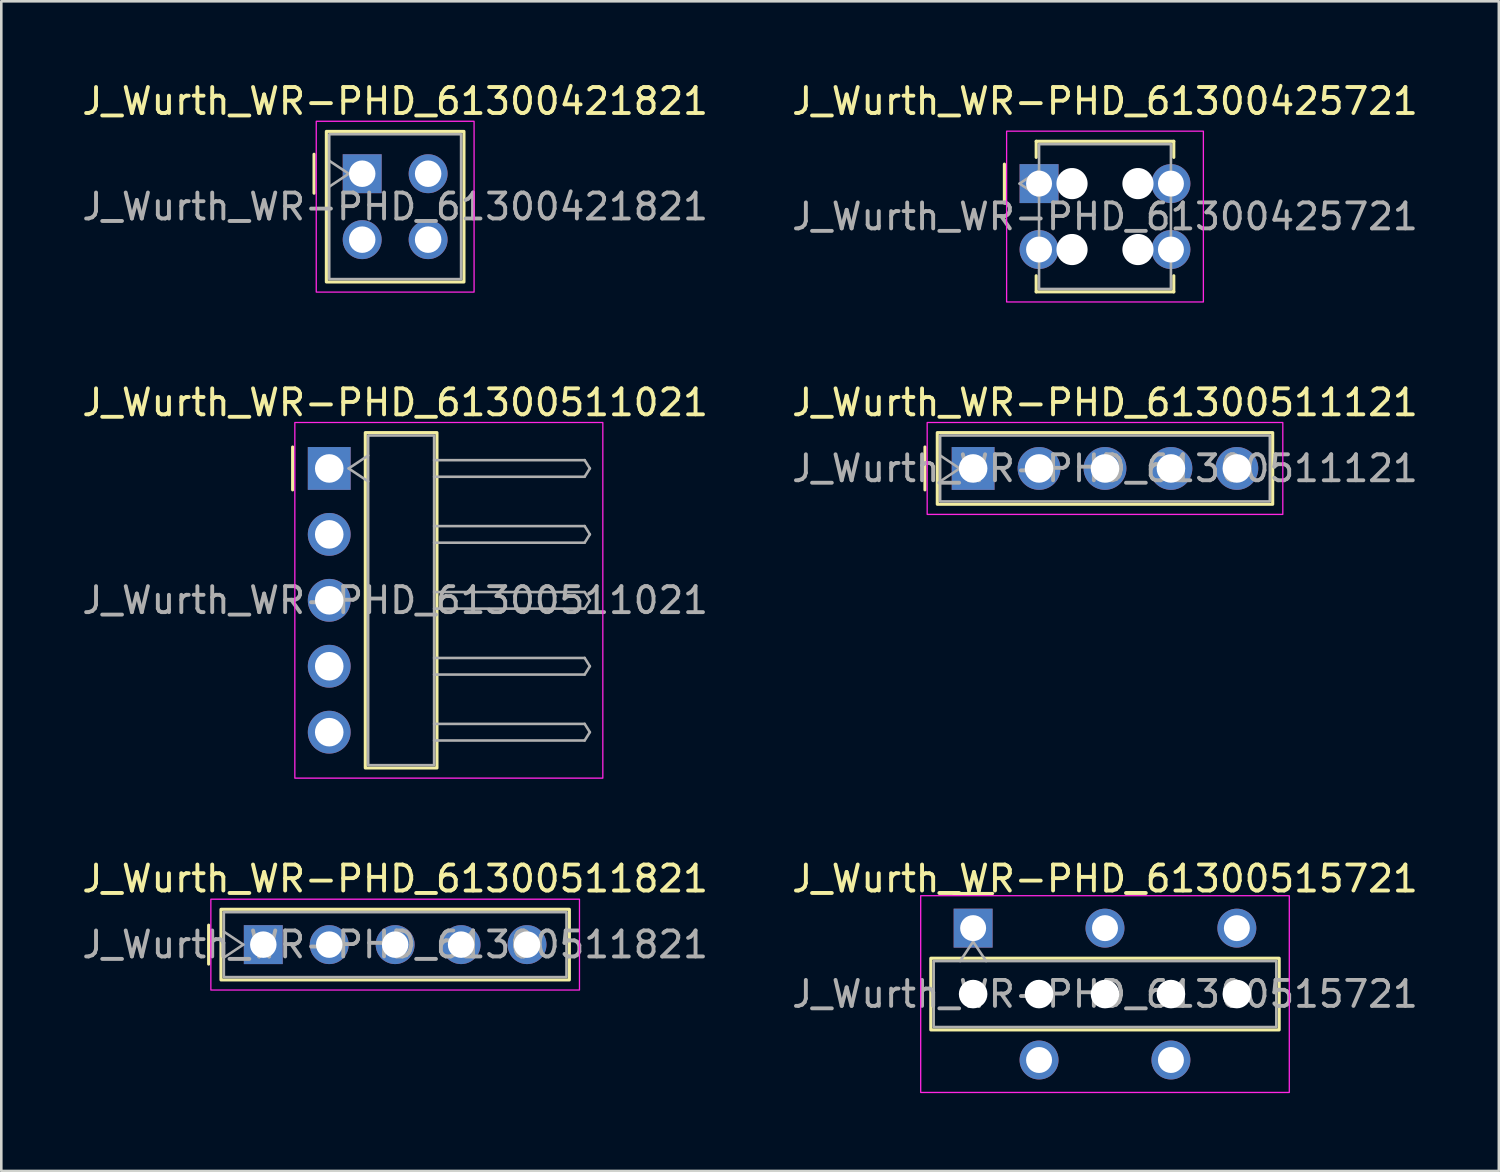
<source format=kicad_pcb>
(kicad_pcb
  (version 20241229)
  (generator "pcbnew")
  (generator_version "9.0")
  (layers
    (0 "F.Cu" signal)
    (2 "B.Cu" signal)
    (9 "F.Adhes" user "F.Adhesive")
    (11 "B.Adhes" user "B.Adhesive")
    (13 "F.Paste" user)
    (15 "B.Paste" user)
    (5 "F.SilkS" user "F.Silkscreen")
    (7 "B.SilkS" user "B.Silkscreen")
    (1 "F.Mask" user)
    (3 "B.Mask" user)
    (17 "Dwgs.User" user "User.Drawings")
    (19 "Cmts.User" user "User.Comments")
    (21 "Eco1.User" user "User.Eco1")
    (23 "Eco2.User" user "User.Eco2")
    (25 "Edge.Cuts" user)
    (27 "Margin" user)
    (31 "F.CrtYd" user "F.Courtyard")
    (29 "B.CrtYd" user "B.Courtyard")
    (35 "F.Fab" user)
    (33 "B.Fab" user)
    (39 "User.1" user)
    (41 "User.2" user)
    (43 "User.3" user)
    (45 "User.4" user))
  (footprint "J_Wurth_WR-PHD_61300515721"
    (layer "F.Cu")
    (at 34.438 32.705)
    (property "Reference" "J_Wurth_WR-PHD_61300515721" (at 5.08 -1.905 0) (unlocked yes) (layer "F.SilkS") (effects (font (size 1 1) (thickness 0.15))))
    (attr through_hole)
    (fp_line (start -0.75 -1.335) (end 0.75 -1.335) (stroke (width 0.12) (type solid)) (layer "F.SilkS"))
    (fp_rect (start -1.63 1.16) (end 11.79 3.92) (stroke (width 0.12) (type solid)) (fill no) (layer "F.SilkS"))
    (fp_rect (start -2.02 -1.25) (end 12.18 6.33) (stroke (width 0.05) (type solid)) (fill no) (layer "F.CrtYd"))
    (fp_line (start -0.5 1.27) (end 0 0.52) (stroke (width 0.1) (type solid)) (layer "F.Fab"))
    (fp_line (start 0 0.52) (end 0.5 1.27) (stroke (width 0.1) (type solid)) (layer "F.Fab"))
    (fp_rect (start -1.52 1.27) (end 11.68 3.81) (stroke (width 0.1) (type solid)) (fill no) (layer "F.Fab"))
    (fp_text user "${REFERENCE}" (at 5.08 2.54 0) (unlocked yes) (layer "F.Fab") (effects (font (size 1 1) (thickness 0.15))))
    (pad "" np_thru_hole circle (at 0 2.54) (size 1.1 1.1) (drill 1.1) (layers "*.Cu" "*.Mask"))
    (pad "" np_thru_hole circle (at 2.54 2.54) (size 1.1 1.1) (drill 1.1) (layers "*.Cu" "*.Mask"))
    (pad "" np_thru_hole circle (at 5.08 2.54) (size 1.1 1.1) (drill 1.1) (layers "*.Cu" "*.Mask"))
    (pad "" np_thru_hole circle (at 7.62 2.54) (size 1.1 1.1) (drill 1.1) (layers "*.Cu" "*.Mask"))
    (pad "" np_thru_hole circle (at 10.16 2.54) (size 1.1 1.1) (drill 1.1) (layers "*.Cu" "*.Mask"))
    (pad "1" thru_hole rect (at 0 0) (size 1.5 1.5) (drill 1) (layers "*.Cu" "*.Mask"))
    (pad "2" thru_hole circle (at 2.54 5.08) (size 1.5 1.5) (drill 1) (layers "*.Cu" "*.Mask"))
    (pad "3" thru_hole circle (at 5.08 0) (size 1.5 1.5) (drill 1) (layers "*.Cu" "*.Mask"))
    (pad "4" thru_hole circle (at 7.62 5.08) (size 1.5 1.5) (drill 1) (layers "*.Cu" "*.Mask"))
    (pad "5" thru_hole circle (at 10.16 0) (size 1.5 1.5) (drill 1) (layers "*.Cu" "*.Mask")))
  (footprint "J_Wurth_WR-PHD_61300511121"
    (layer "F.Cu")
    (at 34.438 14.996)
    (property "Reference" "J_Wurth_WR-PHD_61300511121" (at 5.08 -2.54 0) (unlocked yes) (layer "F.SilkS") (effects (font (size 1 1) (thickness 0.15))))
    (attr through_hole)
    (fp_line (start -1.855 -0.825) (end -1.855 0.825) (stroke (width 0.12) (type solid)) (layer "F.SilkS"))
    (fp_rect (start -1.38 -1.38) (end 11.54 1.38) (stroke (width 0.12) (type solid)) (fill no) (layer "F.SilkS"))
    (fp_rect (start -1.77 -1.77) (end 11.93 1.77) (stroke (width 0.05) (type solid)) (fill no) (layer "F.CrtYd"))
    (fp_line (start -1.27 -0.5) (end -0.52 0) (stroke (width 0.1) (type solid)) (layer "F.Fab"))
    (fp_line (start -0.52 0) (end -1.27 0.5) (stroke (width 0.1) (type solid)) (layer "F.Fab"))
    (fp_rect (start -1.27 -1.27) (end 11.43 1.27) (stroke (width 0.1) (type solid)) (fill no) (layer "F.Fab"))
    (fp_text user "${REFERENCE}" (at 5.08 0 0) (unlocked yes) (layer "F.Fab") (effects (font (size 1 1) (thickness 0.15))))
    (pad "1" thru_hole rect (at 0 0) (size 1.65 1.65) (drill 1.1) (layers "*.Cu" "*.Mask"))
    (pad "2" thru_hole circle (at 2.54 0) (size 1.65 1.65) (drill 1.1) (layers "*.Cu" "*.Mask"))
    (pad "3" thru_hole circle (at 5.08 0) (size 1.65 1.65) (drill 1.1) (layers "*.Cu" "*.Mask"))
    (pad "4" thru_hole circle (at 7.62 0) (size 1.65 1.65) (drill 1.1) (layers "*.Cu" "*.Mask"))
    (pad "5" thru_hole circle (at 10.16 0) (size 1.65 1.65) (drill 1.1) (layers "*.Cu" "*.Mask")))
  (footprint "J_Wurth_WR-PHD_61300511021"
    (layer "F.Cu")
    (at 9.633 14.996)
    (property "Reference" "J_Wurth_WR-PHD_61300511021" (at 2.54 -2.54 0) (unlocked yes) (layer "F.SilkS") (effects (font (size 1 1) (thickness 0.15))))
    (attr through_hole)
    (fp_line (start -1.41 -0.825) (end -1.41 0.825) (stroke (width 0.12) (type solid)) (layer "F.SilkS"))
    (fp_rect (start 1.39 -1.38) (end 4.15 11.54) (stroke (width 0.12) (type solid)) (fill no) (layer "F.SilkS"))
    (fp_rect (start -1.325 -1.77) (end 10.54 11.93) (stroke (width 0.05) (type solid)) (fill no) (layer "F.CrtYd"))
    (fp_line (start 0.75 0) (end 1.5 -0.5) (stroke (width 0.1) (type solid)) (layer "F.Fab"))
    (fp_line (start 0.75 0) (end 1.5 0.5) (stroke (width 0.1) (type solid)) (layer "F.Fab"))
    (fp_line (start 4.04 0.32) (end 9.84 0.32) (stroke (width 0.1) (type solid)) (layer "F.Fab"))
    (fp_line (start 4.04 2.86) (end 9.84 2.86) (stroke (width 0.1) (type solid)) (layer "F.Fab"))
    (fp_line (start 4.04 5.4) (end 9.84 5.4) (stroke (width 0.1) (type solid)) (layer "F.Fab"))
    (fp_line (start 4.04 7.94) (end 9.84 7.94) (stroke (width 0.1) (type solid)) (layer "F.Fab"))
    (fp_line (start 4.04 10.48) (end 9.84 10.48) (stroke (width 0.1) (type solid)) (layer "F.Fab"))
    (fp_line (start 9.84 -0.32) (end 4.04 -0.32) (stroke (width 0.1) (type solid)) (layer "F.Fab"))
    (fp_line (start 9.84 0.32) (end 10.04 0) (stroke (width 0.1) (type default)) (layer "F.Fab"))
    (fp_line (start 9.84 2.22) (end 4.04 2.22) (stroke (width 0.1) (type solid)) (layer "F.Fab"))
    (fp_line (start 9.84 2.86) (end 10.04 2.54) (stroke (width 0.1) (type default)) (layer "F.Fab"))
    (fp_line (start 9.84 4.76) (end 4.04 4.76) (stroke (width 0.1) (type solid)) (layer "F.Fab"))
    (fp_line (start 9.84 5.4) (end 10.04 5.08) (stroke (width 0.1) (type default)) (layer "F.Fab"))
    (fp_line (start 9.84 7.3) (end 4.04 7.3) (stroke (width 0.1) (type solid)) (layer "F.Fab"))
    (fp_line (start 9.84 7.94) (end 10.04 7.62) (stroke (width 0.1) (type default)) (layer "F.Fab"))
    (fp_line (start 9.84 9.84) (end 4.04 9.84) (stroke (width 0.1) (type solid)) (layer "F.Fab"))
    (fp_line (start 9.84 10.48) (end 10.04 10.16) (stroke (width 0.1) (type solid)) (layer "F.Fab"))
    (fp_line (start 10.04 0) (end 9.84 -0.32) (stroke (width 0.1) (type solid)) (layer "F.Fab"))
    (fp_line (start 10.04 2.54) (end 9.84 2.22) (stroke (width 0.1) (type solid)) (layer "F.Fab"))
    (fp_line (start 10.04 5.08) (end 9.84 4.76) (stroke (width 0.1) (type solid)) (layer "F.Fab"))
    (fp_line (start 10.04 7.62) (end 9.84 7.3) (stroke (width 0.1) (type solid)) (layer "F.Fab"))
    (fp_line (start 10.04 10.16) (end 9.84 9.84) (stroke (width 0.1) (type solid)) (layer "F.Fab"))
    (fp_rect (start 1.5 -1.27) (end 4.04 11.43) (stroke (width 0.1) (type solid)) (fill no) (layer "F.Fab"))
    (fp_text user "${REFERENCE}" (at 2.54 5.08 0) (unlocked yes) (layer "F.Fab") (effects (font (size 1 1) (thickness 0.15))))
    (pad "1" thru_hole rect (at 0 0 90) (size 1.65 1.65) (drill 1.1) (layers "*.Cu" "*.Mask"))
    (pad "2" thru_hole circle (at 0 2.54 90) (size 1.65 1.65) (drill 1.1) (layers "*.Cu" "*.Mask"))
    (pad "3" thru_hole circle (at 0 5.08 90) (size 1.65 1.65) (drill 1.1) (layers "*.Cu" "*.Mask"))
    (pad "4" thru_hole circle (at 0 7.62 90) (size 1.65 1.65) (drill 1.1) (layers "*.Cu" "*.Mask"))
    (pad "5" thru_hole circle (at 0 10.16 90) (size 1.65 1.65) (drill 1.1) (layers "*.Cu" "*.Mask")))
  (footprint "J_Wurth_WR-PHD_61300421821"
    (layer "F.Cu")
    (at 10.903 3.642)
    (property "Reference" "J_Wurth_WR-PHD_61300421821" (at 1.27 -2.794 0) (unlocked yes) (layer "F.SilkS") (effects (font (size 1 1) (thickness 0.15))))
    (attr through_hole)
    (fp_line (start -1.855 -0.75) (end -1.855 0.75) (stroke (width 0.12) (type solid)) (layer "F.SilkS"))
    (fp_rect (start -1.38 -1.63) (end 3.92 4.17) (stroke (width 0.12) (type solid)) (fill no) (layer "F.SilkS"))
    (fp_rect (start -1.77 -2.02) (end 4.31 4.56) (stroke (width 0.05) (type solid)) (fill no) (layer "F.CrtYd"))
    (fp_line (start -1.27 -0.5) (end -0.52 0) (stroke (width 0.1) (type solid)) (layer "F.Fab"))
    (fp_line (start -0.52 0) (end -1.27 0.5) (stroke (width 0.1) (type solid)) (layer "F.Fab"))
    (fp_rect (start -1.27 -1.52) (end 3.81 4.06) (stroke (width 0.1) (type solid)) (fill no) (layer "F.Fab"))
    (fp_text user "${REFERENCE}" (at 1.27 1.27 0) (unlocked yes) (layer "F.Fab") (effects (font (size 1 1) (thickness 0.15))))
    (pad "1" thru_hole rect (at 0 0) (size 1.5 1.5) (drill 1.02) (layers "*.Cu" "*.Mask"))
    (pad "2" thru_hole circle (at 2.54 0) (size 1.5 1.5) (drill 1.02) (layers "*.Cu" "*.Mask"))
    (pad "3" thru_hole circle (at 0 2.54) (size 1.5 1.5) (drill 1.02) (layers "*.Cu" "*.Mask"))
    (pad "4" thru_hole circle (at 2.54 2.54) (size 1.5 1.5) (drill 1.02) (layers "*.Cu" "*.Mask")))
  (footprint "J_Wurth_WR-PHD_61300511821"
    (layer "F.Cu")
    (at 7.093 33.34)
    (property "Reference" "J_Wurth_WR-PHD_61300511821" (at 5.08 -2.54 0) (unlocked yes) (layer "F.SilkS") (effects (font (size 1 1) (thickness 0.15))))
    (attr through_hole)
    (fp_line (start -2.105 -0.75) (end -2.105 0.75) (stroke (width 0.12) (type solid)) (layer "F.SilkS"))
    (fp_rect (start -1.63 -1.36) (end 11.79 1.36) (stroke (width 0.12) (type solid)) (fill no) (layer "F.SilkS"))
    (fp_rect (start -2.02 -1.75) (end 12.18 1.75) (stroke (width 0.05) (type solid)) (fill no) (layer "F.CrtYd"))
    (fp_line (start -1.52 -0.5) (end -0.77 0) (stroke (width 0.1) (type solid)) (layer "F.Fab"))
    (fp_line (start -0.77 0) (end -1.52 0.5) (stroke (width 0.1) (type solid)) (layer "F.Fab"))
    (fp_rect (start -1.52 -1.25) (end 11.68 1.25) (stroke (width 0.1) (type solid)) (fill no) (layer "F.Fab"))
    (fp_text user "${REFERENCE}" (at 5.08 0 0) (unlocked yes) (layer "F.Fab") (effects (font (size 1 1) (thickness 0.15))))
    (pad "1" thru_hole rect (at 0 0) (size 1.5 1.5) (drill 1.02) (layers "*.Cu" "*.Mask"))
    (pad "2" thru_hole circle (at 2.54 0) (size 1.5 1.5) (drill 1.02) (layers "*.Cu" "*.Mask"))
    (pad "3" thru_hole circle (at 5.08 0) (size 1.5 1.5) (drill 1.02) (layers "*.Cu" "*.Mask"))
    (pad "4" thru_hole circle (at 7.62 0) (size 1.5 1.5) (drill 1.02) (layers "*.Cu" "*.Mask"))
    (pad "5" thru_hole circle (at 10.16 0) (size 1.5 1.5) (drill 1.02) (layers "*.Cu" "*.Mask")))
  (footprint "J_Wurth_WR-PHD_61300425721"
    (layer "F.Cu")
    (at 36.978 4.023)
    (property "Reference" "J_Wurth_WR-PHD_61300425721" (at 2.54 -3.175 0) (unlocked yes) (layer "F.SilkS") (effects (font (size 1 1) (thickness 0.15))))
    (attr through_hole)
    (fp_line (start -1.335 -0.75) (end -1.335 0.75) (stroke (width 0.12) (type solid)) (layer "F.SilkS"))
    (fp_line (start -0.11 -1.63) (end -0.11 -1.01) (stroke (width 0.12) (type solid)) (layer "F.SilkS"))
    (fp_line (start -0.11 4.17) (end -0.11 3.55) (stroke (width 0.12) (type solid)) (layer "F.SilkS"))
    (fp_line (start 5.19 -1.63) (end -0.11 -1.63) (stroke (width 0.12) (type solid)) (layer "F.SilkS"))
    (fp_line (start 5.19 -1.63) (end 5.19 -1.01) (stroke (width 0.12) (type solid)) (layer "F.SilkS"))
    (fp_line (start 5.19 4.17) (end -0.11 4.17) (stroke (width 0.12) (type solid)) (layer "F.SilkS"))
    (fp_line (start 5.19 4.17) (end 5.19 3.55) (stroke (width 0.12) (type solid)) (layer "F.SilkS"))
    (fp_rect (start -1.25 -2.02) (end 6.33 4.56) (stroke (width 0.05) (type solid)) (fill no) (layer "F.CrtYd"))
    (fp_line (start -0.75 0) (end 0 -0.5) (stroke (width 0.1) (type solid)) (layer "F.Fab"))
    (fp_line (start 0 0.5) (end -0.75 0) (stroke (width 0.1) (type solid)) (layer "F.Fab"))
    (fp_rect (start 0 -1.52) (end 5.08 4.06) (stroke (width 0.1) (type solid)) (fill no) (layer "F.Fab"))
    (fp_text user "${REFERENCE}" (at 2.54 1.27 0) (unlocked yes) (layer "F.Fab") (effects (font (size 1 1) (thickness 0.15))))
    (pad "" np_thru_hole circle (at 1.27 0 270) (size 1.2 1.2) (drill 1.2) (layers "*.Cu" "*.Mask"))
    (pad "" np_thru_hole circle (at 1.27 2.54 270) (size 1.2 1.2) (drill 1.2) (layers "*.Cu" "*.Mask"))
    (pad "" np_thru_hole circle (at 3.81 0 270) (size 1.2 1.2) (drill 1.2) (layers "*.Cu" "*.Mask"))
    (pad "" np_thru_hole circle (at 3.81 2.54 270) (size 1.2 1.2) (drill 1.2) (layers "*.Cu" "*.Mask"))
    (pad "1" thru_hole rect (at 0 0 270) (size 1.5 1.5) (drill 1) (layers "*.Cu" "*.Mask"))
    (pad "2" thru_hole circle (at 5.08 0 270) (size 1.5 1.5) (drill 1) (layers "*.Cu" "*.Mask"))
    (pad "3" thru_hole circle (at 0 2.54 270) (size 1.5 1.5) (drill 1) (layers "*.Cu" "*.Mask"))
    (pad "4" thru_hole circle (at 5.08 2.54 270) (size 1.5 1.5) (drill 1) (layers "*.Cu" "*.Mask")))
  (gr_rect
    (start -3 -3)
    (end 54.69 42.06)
    (stroke (width 0.1) (type default))
    (fill no)
    (layer "Edge.Cuts")))
</source>
